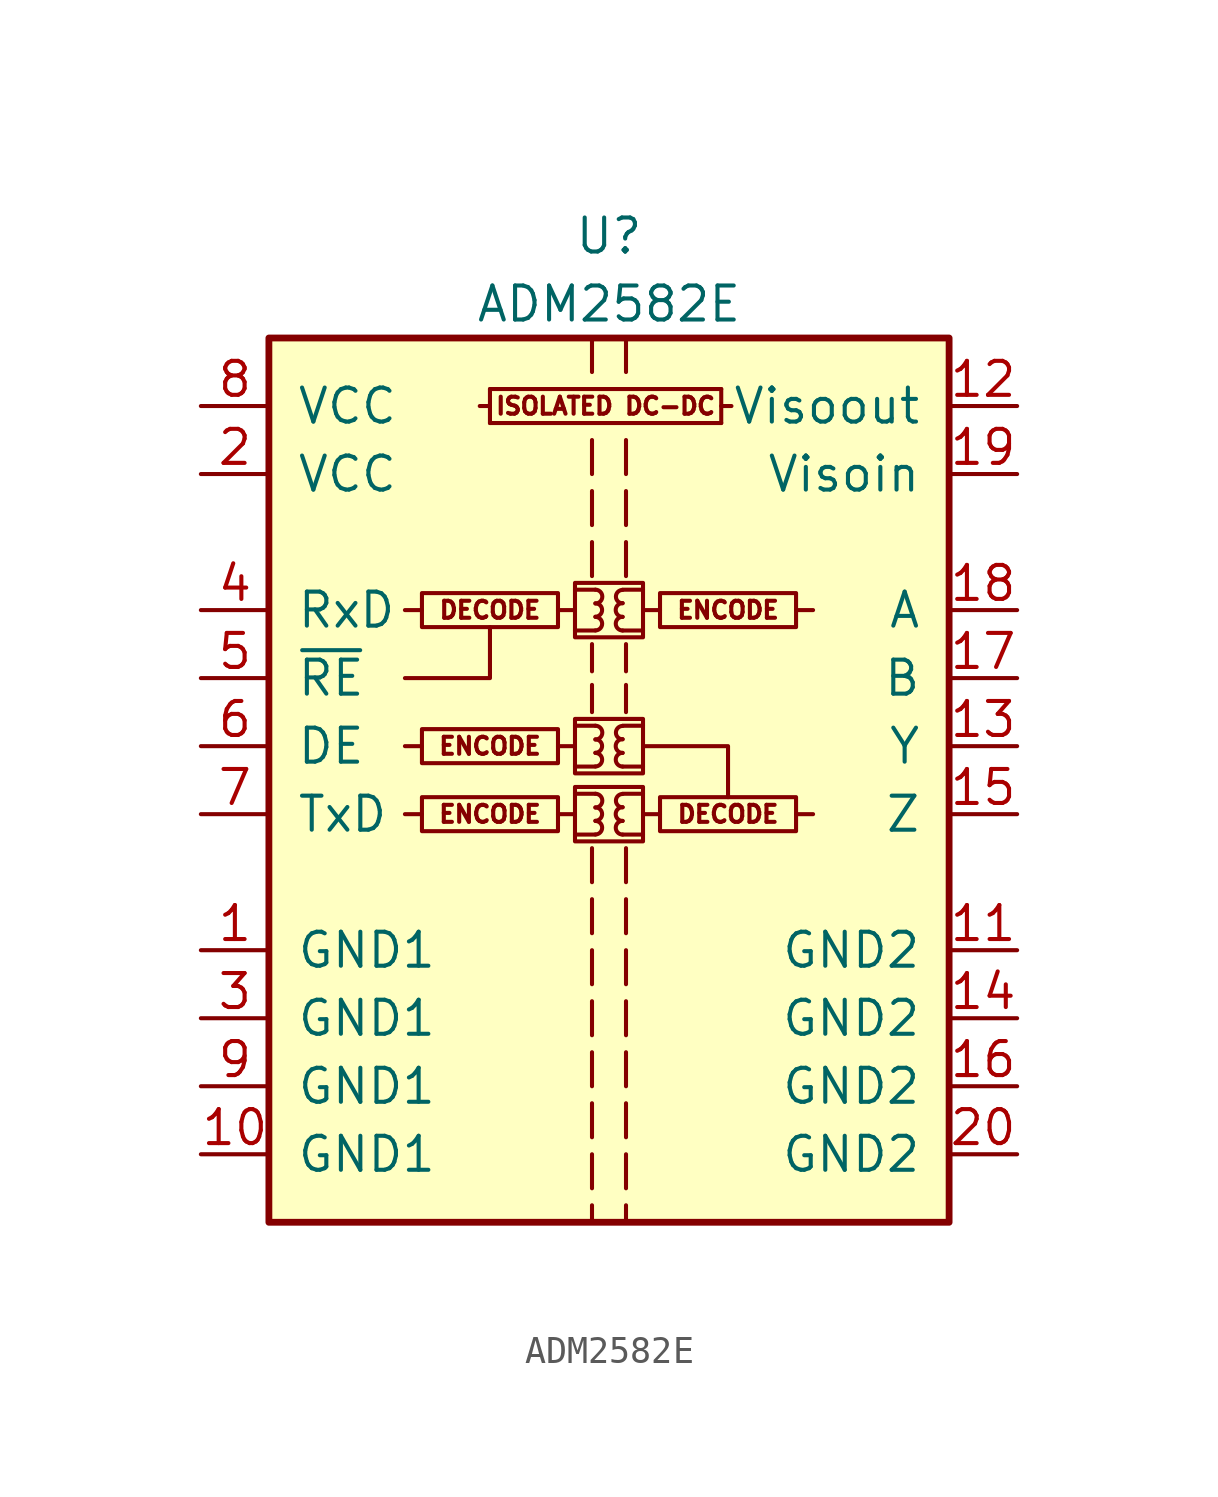
<source format=kicad_sym>
(kicad_symbol_lib
  (version 20220914)
  (generator kicad_symbol_editor)
  (symbol "ADM2582E"
    (pin_names
      (offset 1.016))
    (property "Reference" "U"
      (at 0 21.59 0)
      (effects (font (size 1.27 1.27))))
    (property "Value" "ADM2582E"
      (at 0 19.05 0)
      (effects (font (size 1.27 1.27))))
    (symbol "ADM2582E_0_0"
      (rectangle (start -1.905 0.635) (end -6.985 -0.635) (stroke (width 0) (type default)) (fill (type none)))
      (rectangle (start -1.27 1.016) (end 1.27 -1.016) (stroke (width 0) (type default)) (fill (type none)))
      (rectangle (start -1.27 3.556) (end 1.27 1.524) (stroke (width 0) (type default)) (fill (type none)))
      (rectangle (start -1.27 8.636) (end 1.27 6.604) (stroke (width 0) (type default)) (fill (type none)))
      (arc (start -0.508 -0.762) (mid -0.2551 -0.508) (end -0.508 -0.254) (stroke (width 0) (type default)) (fill (type none)))
      (arc (start -0.508 -0.254) (mid -0.2551 0) (end -0.508 0.254) (stroke (width 0) (type default)) (fill (type none)))
      (arc (start -0.508 0.254) (mid -0.2551 0.508) (end -0.508 0.762) (stroke (width 0) (type default)) (fill (type none)))
      (arc (start -0.508 1.778) (mid -0.2551 2.032) (end -0.508 2.286) (stroke (width 0) (type default)) (fill (type none)))
      (arc (start -0.508 2.286) (mid -0.2551 2.54) (end -0.508 2.794) (stroke (width 0) (type default)) (fill (type none)))
      (arc (start -0.508 2.794) (mid -0.2551 3.048) (end -0.508 3.302) (stroke (width 0) (type default)) (fill (type none)))
      (arc (start -0.508 6.858) (mid -0.2551 7.112) (end -0.508 7.366) (stroke (width 0) (type default)) (fill (type none)))
      (arc (start -0.508 7.366) (mid -0.2551 7.62) (end -0.508 7.874) (stroke (width 0) (type default)) (fill (type none)))
      (arc (start -0.508 7.874) (mid -0.2551 8.128) (end -0.508 8.382) (stroke (width 0) (type default)) (fill (type none)))
      (polyline (pts (xy -6.985 0) (xy -7.62 0)) (stroke (width 0) (type default)) (fill (type none)))
      (polyline (pts (xy -6.985 2.54) (xy -7.62 2.54)) (stroke (width 0) (type default)) (fill (type none)))
      (polyline (pts (xy -6.985 7.62) (xy -7.62 7.62)) (stroke (width 0) (type default)) (fill (type none)))
      (polyline (pts (xy -4.445 14.605) (xy 4.191 14.605)) (stroke (width 0) (type default)) (fill (type none)))
      (polyline (pts (xy -4.445 15.24) (xy -4.826 15.24)) (stroke (width 0) (type default)) (fill (type none)))
      (polyline (pts (xy -4.445 15.875) (xy -4.445 14.605)) (stroke (width 0) (type default)) (fill (type none)))
      (polyline (pts (xy -1.905 0) (xy -1.27 0)) (stroke (width 0) (type default)) (fill (type none)))
      (polyline (pts (xy -1.905 2.54) (xy -1.27 2.54)) (stroke (width 0) (type default)) (fill (type none)))
      (polyline (pts (xy -1.905 7.62) (xy -1.27 7.62)) (stroke (width 0) (type default)) (fill (type none)))
      (polyline (pts (xy -1.27 -0.762) (xy -0.508 -0.762)) (stroke (width 0) (type default)) (fill (type none)))
      (polyline (pts (xy -1.27 0.762) (xy -0.508 0.762)) (stroke (width 0) (type default)) (fill (type none)))
      (polyline (pts (xy -1.27 1.778) (xy -0.508 1.778)) (stroke (width 0) (type default)) (fill (type none)))
      (polyline (pts (xy -1.27 3.302) (xy -0.508 3.302)) (stroke (width 0) (type default)) (fill (type none)))
      (polyline (pts (xy -1.27 6.858) (xy -0.508 6.858)) (stroke (width 0) (type default)) (fill (type none)))
      (polyline (pts (xy -1.27 8.382) (xy -0.508 8.382)) (stroke (width 0) (type default)) (fill (type none)))
      (polyline (pts (xy -0.635 -14.605) (xy -0.635 -15.24)) (stroke (width 0) (type default)) (fill (type none)))
      (polyline (pts (xy -0.635 -12.7) (xy -0.635 -13.97)) (stroke (width 0) (type default)) (fill (type none)))
      (polyline (pts (xy -0.635 -10.795) (xy -0.635 -12.065)) (stroke (width 0) (type default)) (fill (type none)))
      (polyline (pts (xy -0.635 -8.89) (xy -0.635 -10.16)) (stroke (width 0) (type default)) (fill (type none)))
      (polyline (pts (xy -0.635 -6.985) (xy -0.635 -8.255)) (stroke (width 0) (type default)) (fill (type none)))
      (polyline (pts (xy -0.635 -5.08) (xy -0.635 -6.35)) (stroke (width 0) (type default)) (fill (type none)))
      (polyline (pts (xy -0.635 -3.175) (xy -0.635 -4.445)) (stroke (width 0) (type default)) (fill (type none)))
      (polyline (pts (xy -0.635 -1.27) (xy -0.635 -2.54)) (stroke (width 0) (type default)) (fill (type none)))
      (polyline (pts (xy -0.635 4.826) (xy -0.635 3.81)) (stroke (width 0) (type default)) (fill (type none)))
      (polyline (pts (xy -0.635 6.35) (xy -0.635 5.334)) (stroke (width 0) (type default)) (fill (type none)))
      (polyline (pts (xy -0.635 8.89) (xy -0.635 10.16)) (stroke (width 0) (type default)) (fill (type none)))
      (polyline (pts (xy -0.635 10.795) (xy -0.635 12.065)) (stroke (width 0) (type default)) (fill (type none)))
      (polyline (pts (xy -0.635 12.7) (xy -0.635 13.97)) (stroke (width 0) (type default)) (fill (type none)))
      (polyline (pts (xy -0.635 17.78) (xy -0.635 16.51)) (stroke (width 0) (type default)) (fill (type none)))
      (polyline (pts (xy 0.635 -14.605) (xy 0.635 -15.24)) (stroke (width 0) (type default)) (fill (type none)))
      (polyline (pts (xy 0.635 -12.7) (xy 0.635 -13.97)) (stroke (width 0) (type default)) (fill (type none)))
      (polyline (pts (xy 0.635 -10.795) (xy 0.635 -12.065)) (stroke (width 0) (type default)) (fill (type none)))
      (polyline (pts (xy 0.635 -8.89) (xy 0.635 -10.16)) (stroke (width 0) (type default)) (fill (type none)))
      (polyline (pts (xy 0.635 -6.985) (xy 0.635 -8.255)) (stroke (width 0) (type default)) (fill (type none)))
      (polyline (pts (xy 0.635 -5.08) (xy 0.635 -6.35)) (stroke (width 0) (type default)) (fill (type none)))
      (polyline (pts (xy 0.635 -3.175) (xy 0.635 -4.445)) (stroke (width 0) (type default)) (fill (type none)))
      (polyline (pts (xy 0.635 -1.27) (xy 0.635 -2.54)) (stroke (width 0) (type default)) (fill (type none)))
      (polyline (pts (xy 0.635 3.81) (xy 0.635 4.826)) (stroke (width 0) (type default)) (fill (type none)))
      (polyline (pts (xy 0.635 6.35) (xy 0.635 5.334)) (stroke (width 0) (type default)) (fill (type none)))
      (polyline (pts (xy 0.635 8.89) (xy 0.635 10.16)) (stroke (width 0) (type default)) (fill (type none)))
      (polyline (pts (xy 0.635 12.065) (xy 0.635 10.795)) (stroke (width 0) (type default)) (fill (type none)))
      (polyline (pts (xy 0.635 13.97) (xy 0.635 12.7)) (stroke (width 0) (type default)) (fill (type none)))
      (polyline (pts (xy 0.635 17.78) (xy 0.635 16.51)) (stroke (width 0) (type default)) (fill (type none)))
      (polyline (pts (xy 1.27 -0.762) (xy 0.508 -0.762)) (stroke (width 0) (type default)) (fill (type none)))
      (polyline (pts (xy 1.27 0.762) (xy 0.508 0.762)) (stroke (width 0) (type default)) (fill (type none)))
      (polyline (pts (xy 1.27 1.778) (xy 0.508 1.778)) (stroke (width 0) (type default)) (fill (type none)))
      (polyline (pts (xy 1.27 3.302) (xy 0.508 3.302)) (stroke (width 0) (type default)) (fill (type none)))
      (polyline (pts (xy 1.27 6.858) (xy 0.508 6.858)) (stroke (width 0) (type default)) (fill (type none)))
      (polyline (pts (xy 1.27 8.382) (xy 0.508 8.382)) (stroke (width 0) (type default)) (fill (type none)))
      (polyline (pts (xy 1.905 0) (xy 1.27 0)) (stroke (width 0) (type default)) (fill (type none)))
      (polyline (pts (xy 1.905 7.62) (xy 1.27 7.62)) (stroke (width 0) (type default)) (fill (type none)))
      (polyline (pts (xy 4.191 15.24) (xy 4.572 15.24)) (stroke (width 0) (type default)) (fill (type none)))
      (polyline (pts (xy 4.191 15.875) (xy -4.445 15.875)) (stroke (width 0) (type default)) (fill (type none)))
      (polyline (pts (xy 4.191 15.875) (xy 4.191 14.605)) (stroke (width 0) (type default)) (fill (type none)))
      (polyline (pts (xy 6.985 0) (xy 7.62 0)) (stroke (width 0) (type default)) (fill (type none)))
      (polyline (pts (xy 6.985 7.62) (xy 7.62 7.62)) (stroke (width 0) (type default)) (fill (type none)))
      (arc (start 0.508 -0.254) (mid 0.2551 -0.508) (end 0.508 -0.762) (stroke (width 0) (type default)) (fill (type none)))
      (arc (start 0.508 0.254) (mid 0.2551 0) (end 0.508 -0.254) (stroke (width 0) (type default)) (fill (type none)))
      (arc (start 0.508 0.762) (mid 0.2551 0.508) (end 0.508 0.254) (stroke (width 0) (type default)) (fill (type none)))
      (arc (start 0.508 2.286) (mid 0.2551 2.032) (end 0.508 1.778) (stroke (width 0) (type default)) (fill (type none)))
      (arc (start 0.508 2.794) (mid 0.2551 2.54) (end 0.508 2.286) (stroke (width 0) (type default)) (fill (type none)))
      (arc (start 0.508 3.302) (mid 0.2551 3.048) (end 0.508 2.794) (stroke (width 0) (type default)) (fill (type none)))
      (arc (start 0.508 7.366) (mid 0.2551 7.112) (end 0.508 6.858) (stroke (width 0) (type default)) (fill (type none)))
      (arc (start 0.508 7.874) (mid 0.2551 7.62) (end 0.508 7.366) (stroke (width 0) (type default)) (fill (type none)))
      (arc (start 0.508 8.382) (mid 0.2551 8.128) (end 0.508 7.874) (stroke (width 0) (type default)) (fill (type none)))
      (rectangle (start 1.905 0.635) (end 6.985 -0.635) (stroke (width 0) (type default)) (fill (type none)))
      (rectangle (start 1.905 8.255) (end 6.985 6.985) (stroke (width 0) (type default)) (fill (type none)))
      (text "DECODE" (at -4.445 7.62 0) (effects (font (size 0.635 0.635))))
      (text "DECODE" (at 4.445 0 0) (effects (font (size 0.635 0.635))))
      (text "ENCODE" (at -4.445 0 0) (effects (font (size 0.635 0.635))))
      (text "ENCODE" (at -4.445 2.54 0) (effects (font (size 0.635 0.635))))
      (text "ENCODE" (at 4.445 7.62 0) (effects (font (size 0.635 0.635))))
      (text "ISOLATED DC-DC" (at -0.127 15.24 0) (effects (font (size 0.635 0.635)))))
    (symbol "ADM2582E_0_1"
      (rectangle (start -12.7 17.78) (end 12.7 -15.24) (stroke (width 0.254) (type default)) (fill (type background)))
      (rectangle (start -1.905 3.175) (end -6.985 1.905) (stroke (width 0) (type default)) (fill (type none)))
      (rectangle (start -1.905 8.255) (end -6.985 6.985) (stroke (width 0) (type default)) (fill (type none)))
      (polyline (pts (xy -7.62 5.08) (xy -4.445 5.08) (xy -4.445 6.985)) (stroke (width 0) (type default)) (fill (type none)))
      (polyline (pts (xy 1.27 2.54) (xy 4.445 2.54) (xy 4.445 0.635)) (stroke (width 0) (type default)) (fill (type none))))
    (symbol "ADM2582E_1_1"
      (pin power_in line (at -15.24 -5.08 0) (length 2.54) (name "GND1" (effects (font (size 1.27 1.27)))) (number "1" (effects (font (size 1.27 1.27)))))
      (pin power_in line (at -15.24 -12.7 0) (length 2.54) (name "GND1" (effects (font (size 1.27 1.27)))) (number "10" (effects (font (size 1.27 1.27)))))
      (pin power_in line (at 15.24 -5.08 180) (length 2.54) (name "GND2" (effects (font (size 1.27 1.27)))) (number "11" (effects (font (size 1.27 1.27)))))
      (pin power_out line (at 15.24 15.24 180) (length 2.54) (name "Visoout" (effects (font (size 1.27 1.27)))) (number "12" (effects (font (size 1.27 1.27)))))
      (pin output line (at 15.24 2.54 180) (length 2.54) (name "Y" (effects (font (size 1.27 1.27)))) (number "13" (effects (font (size 1.27 1.27)))))
      (pin power_in line (at 15.24 -7.62 180) (length 2.54) (name "GND2" (effects (font (size 1.27 1.27)))) (number "14" (effects (font (size 1.27 1.27)))))
      (pin output line (at 15.24 0 180) (length 2.54) (name "Z" (effects (font (size 1.27 1.27)))) (number "15" (effects (font (size 1.27 1.27)))))
      (pin power_in line (at 15.24 -10.16 180) (length 2.54) (name "GND2" (effects (font (size 1.27 1.27)))) (number "16" (effects (font (size 1.27 1.27)))))
      (pin input line (at 15.24 5.08 180) (length 2.54) (name "B" (effects (font (size 1.27 1.27)))) (number "17" (effects (font (size 1.27 1.27)))))
      (pin input line (at 15.24 7.62 180) (length 2.54) (name "A" (effects (font (size 1.27 1.27)))) (number "18" (effects (font (size 1.27 1.27)))))
      (pin power_in line (at 15.24 12.7 180) (length 2.54) (name "Visoin" (effects (font (size 1.27 1.27)))) (number "19" (effects (font (size 1.27 1.27)))))
      (pin power_in line (at -15.24 12.7 0) (length 2.54) (name "VCC" (effects (font (size 1.27 1.27)))) (number "2" (effects (font (size 1.27 1.27)))))
      (pin power_in line (at 15.24 -12.7 180) (length 2.54) (name "GND2" (effects (font (size 1.27 1.27)))) (number "20" (effects (font (size 1.27 1.27)))))
      (pin power_in line (at -15.24 -7.62 0) (length 2.54) (name "GND1" (effects (font (size 1.27 1.27)))) (number "3" (effects (font (size 1.27 1.27)))))
      (pin output line (at -15.24 7.62 0) (length 2.54) (name "RxD" (effects (font (size 1.27 1.27)))) (number "4" (effects (font (size 1.27 1.27)))))
      (pin input line (at -15.24 5.08 0) (length 2.54) (name "~{RE}" (effects (font (size 1.27 1.27)))) (number "5" (effects (font (size 1.27 1.27)))))
      (pin input line (at -15.24 2.54 0) (length 2.54) (name "DE" (effects (font (size 1.27 1.27)))) (number "6" (effects (font (size 1.27 1.27)))))
      (pin input line (at -15.24 0 0) (length 2.54) (name "TxD" (effects (font (size 1.27 1.27)))) (number "7" (effects (font (size 1.27 1.27)))))
      (pin power_in line (at -15.24 15.24 0) (length 2.54) (name "VCC" (effects (font (size 1.27 1.27)))) (number "8" (effects (font (size 1.27 1.27)))))
      (pin power_in line (at -15.24 -10.16 0) (length 2.54) (name "GND1" (effects (font (size 1.27 1.27)))) (number "9" (effects (font (size 1.27 1.27))))))))
</source>
